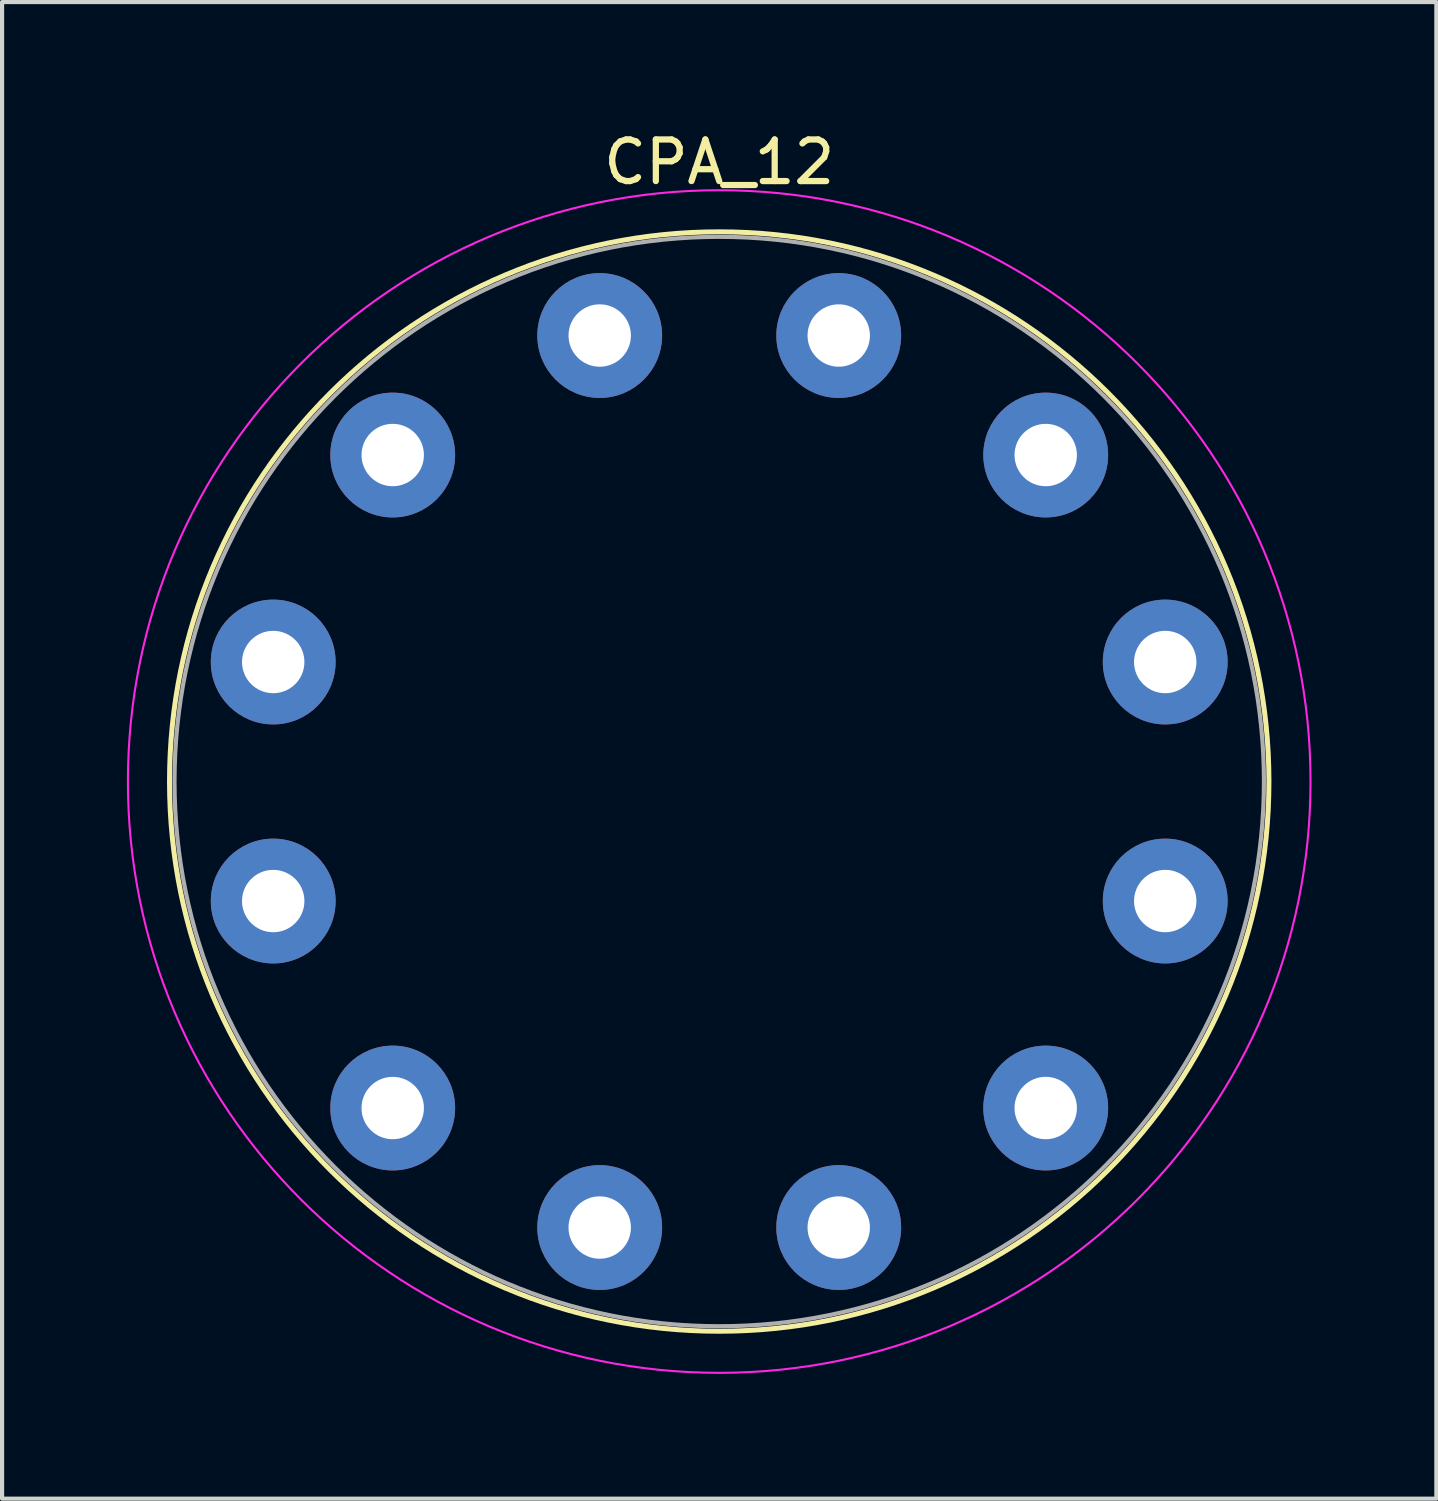
<source format=kicad_pcb>
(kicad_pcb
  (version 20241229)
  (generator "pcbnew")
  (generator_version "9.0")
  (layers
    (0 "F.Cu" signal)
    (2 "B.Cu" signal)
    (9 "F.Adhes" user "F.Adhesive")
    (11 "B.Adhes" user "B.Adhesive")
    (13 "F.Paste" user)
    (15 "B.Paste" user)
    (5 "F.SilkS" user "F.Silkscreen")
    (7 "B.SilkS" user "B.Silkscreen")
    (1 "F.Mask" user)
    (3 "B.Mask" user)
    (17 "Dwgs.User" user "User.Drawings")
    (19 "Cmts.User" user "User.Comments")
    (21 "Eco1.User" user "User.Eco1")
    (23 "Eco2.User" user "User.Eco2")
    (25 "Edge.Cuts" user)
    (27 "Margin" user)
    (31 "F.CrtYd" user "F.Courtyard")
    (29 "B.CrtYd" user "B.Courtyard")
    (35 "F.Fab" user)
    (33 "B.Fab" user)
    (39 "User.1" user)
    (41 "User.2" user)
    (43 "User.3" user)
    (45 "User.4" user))
  (footprint "CPA_12"
    (layer "F.Cu")
    (at 14.24 15.738)
    (property "Reference" "CPA_12" (at 0 -14.89 0) (layer "F.SilkS") (effects (font (size 1 1) (thickness 0.15))))
    (attr through_hole)
    (fp_circle (center 0 0) (end 0 13.215) (stroke (width 0.12) (type solid)) (fill no) (layer "F.SilkS"))
    (fp_circle (center 0 0) (end 0 14.215) (stroke (width 0.05) (type solid)) (fill no) (layer "F.CrtYd"))
    (fp_circle (center 0 0) (end 0 13.095) (stroke (width 0.1) (type solid)) (fill no) (layer "F.Fab"))
    (pad "1" thru_hole oval (at 10.722 2.873) (size 3 3) (drill 1.5) (layers "*.Cu" "*.Mask"))
    (pad "2" thru_hole oval (at 7.849 7.849) (size 3 3) (drill 1.5) (layers "*.Cu" "*.Mask"))
    (pad "3" thru_hole oval (at 2.873 10.722) (size 3 3) (drill 1.5) (layers "*.Cu" "*.Mask"))
    (pad "4" thru_hole oval (at -2.873 10.722) (size 3 3) (drill 1.5) (layers "*.Cu" "*.Mask"))
    (pad "5" thru_hole oval (at -7.849 7.849) (size 3 3) (drill 1.5) (layers "*.Cu" "*.Mask"))
    (pad "6" thru_hole oval (at -10.722 2.873) (size 3 3) (drill 1.5) (layers "*.Cu" "*.Mask"))
    (pad "7" thru_hole oval (at -10.722 -2.873) (size 3 3) (drill 1.5) (layers "*.Cu" "*.Mask"))
    (pad "8" thru_hole oval (at -7.849 -7.849) (size 3 3) (drill 1.5) (layers "*.Cu" "*.Mask"))
    (pad "9" thru_hole oval (at -2.873 -10.722) (size 3 3) (drill 1.5) (layers "*.Cu" "*.Mask"))
    (pad "10" thru_hole oval (at 2.873 -10.722) (size 3 3) (drill 1.5) (layers "*.Cu" "*.Mask"))
    (pad "11" thru_hole oval (at 7.849 -7.849) (size 3 3) (drill 1.5) (layers "*.Cu" "*.Mask"))
    (pad "12" thru_hole oval (at 10.722 -2.873) (size 3 3) (drill 1.5) (layers "*.Cu" "*.Mask")))
  (gr_rect
    (start -3 -3)
    (end 31.48 32.978)
    (stroke (width 0.1) (type default))
    (fill no)
    (layer "Edge.Cuts")))
</source>
